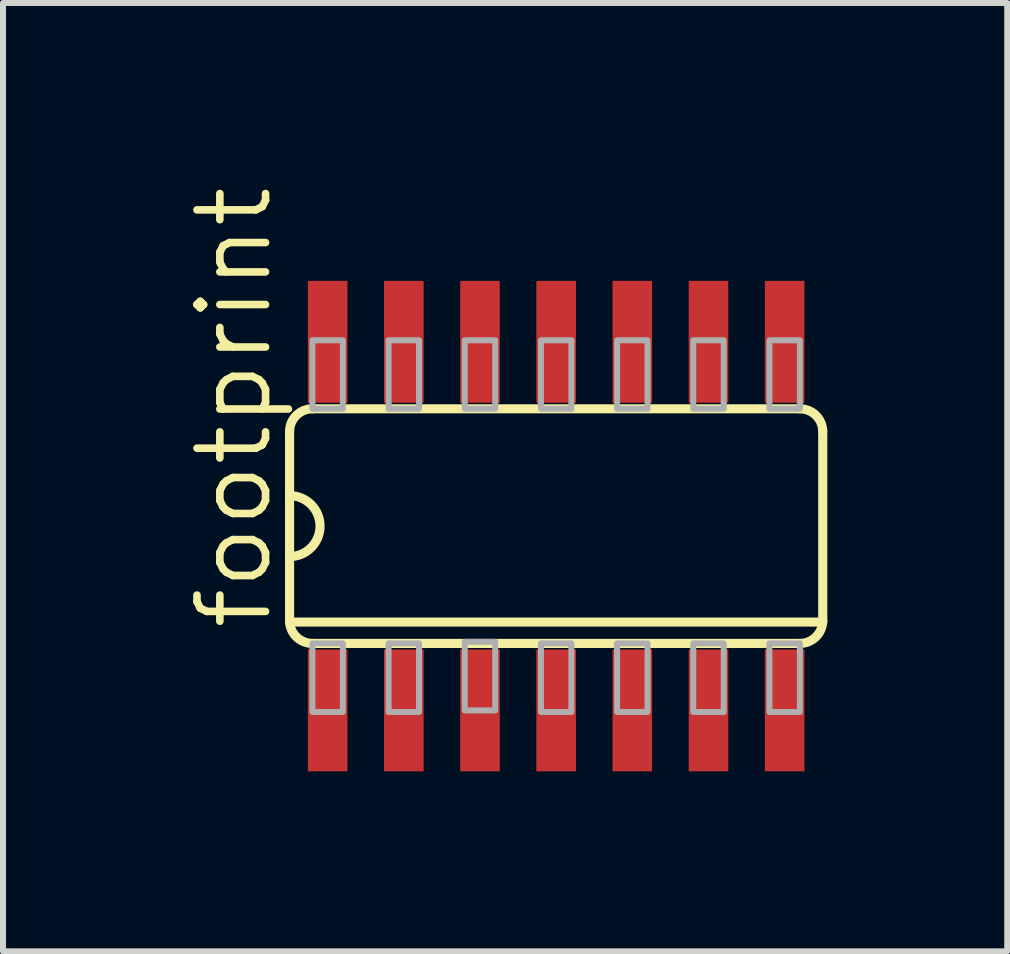
<source format=kicad_pcb>
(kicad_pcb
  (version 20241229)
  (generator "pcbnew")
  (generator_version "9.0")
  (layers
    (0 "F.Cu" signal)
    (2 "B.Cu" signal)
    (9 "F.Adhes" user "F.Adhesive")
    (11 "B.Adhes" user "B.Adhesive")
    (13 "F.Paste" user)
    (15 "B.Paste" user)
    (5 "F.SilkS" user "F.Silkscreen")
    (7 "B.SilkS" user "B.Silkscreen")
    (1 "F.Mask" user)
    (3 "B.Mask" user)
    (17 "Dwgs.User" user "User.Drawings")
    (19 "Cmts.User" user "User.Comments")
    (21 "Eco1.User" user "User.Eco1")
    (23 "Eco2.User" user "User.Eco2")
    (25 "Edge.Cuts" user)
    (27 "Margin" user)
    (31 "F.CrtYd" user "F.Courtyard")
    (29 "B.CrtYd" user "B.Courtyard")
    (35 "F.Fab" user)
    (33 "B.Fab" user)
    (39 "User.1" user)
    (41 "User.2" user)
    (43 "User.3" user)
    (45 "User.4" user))
  (footprint "footprint"
    (layer "F.Cu")
    (at 6.223 5.722)
    (property "Reference" "footprint" (at -4.699 1.778 90) (layer "F.SilkS") (effects (font (size 1.143 1.143) (thickness 0.127)) (justify left bottom)))
    (fp_line (start -4.445 -1.575) (end -4.445 -0.508) (stroke (width 0.152) (type solid)) (layer "F.SilkS"))
    (fp_line (start -4.445 -0.508) (end -4.445 0.508) (stroke (width 0.152) (type solid)) (layer "F.SilkS"))
    (fp_line (start -4.445 0.508) (end -4.445 1.575) (stroke (width 0.152) (type solid)) (layer "F.SilkS"))
    (fp_line (start -4.445 1.6) (end 4.445 1.6) (stroke (width 0.152) (type solid)) (layer "F.SilkS"))
    (fp_line (start -4.064 1.956) (end 4.064 1.956) (stroke (width 0.152) (type solid)) (layer "F.SilkS"))
    (fp_line (start 4.064 -1.956) (end -4.064 -1.956) (stroke (width 0.152) (type solid)) (layer "F.SilkS"))
    (fp_line (start 4.445 1.575) (end 4.445 -1.575) (stroke (width 0.152) (type solid)) (layer "F.SilkS"))
    (fp_arc (start -4.445 -1.5748) (mid -4.333408 -1.844208) (end -4.064 -1.9558) (stroke (width 0.1524) (type solid)) (layer "F.SilkS"))
    (fp_arc (start -4.445 -0.508) (mid -3.937 0) (end -4.445 0.508) (stroke (width 0.1524) (type solid)) (layer "F.SilkS"))
    (fp_arc (start -4.064 1.9558) (mid -4.333408 1.844208) (end -4.445 1.5748) (stroke (width 0.1524) (type solid)) (layer "F.SilkS"))
    (fp_arc (start 4.064 -1.9558) (mid 4.333408 -1.844208) (end 4.445 -1.5748) (stroke (width 0.1524) (type solid)) (layer "F.SilkS"))
    (fp_arc (start 4.445 1.5748) (mid 4.333408 1.844208) (end 4.064 1.9558) (stroke (width 0.1524) (type solid)) (layer "F.SilkS"))
    (fp_poly (pts (xy -4.064 -1.956) (xy -3.556 -1.956) (xy -3.556 -3.099) (xy -4.064 -3.099)) (stroke (width 0.1) (type solid)) (fill no) (layer "F.Fab"))
    (fp_poly (pts (xy -4.064 3.099) (xy -3.556 3.099) (xy -3.556 1.956) (xy -4.064 1.956)) (stroke (width 0.1) (type solid)) (fill no) (layer "F.Fab"))
    (fp_poly (pts (xy -2.794 -1.956) (xy -2.286 -1.956) (xy -2.286 -3.099) (xy -2.794 -3.099)) (stroke (width 0.1) (type solid)) (fill no) (layer "F.Fab"))
    (fp_poly (pts (xy -2.794 3.099) (xy -2.286 3.099) (xy -2.286 1.956) (xy -2.794 1.956)) (stroke (width 0.1) (type solid)) (fill no) (layer "F.Fab"))
    (fp_poly (pts (xy -1.524 -1.956) (xy -1.016 -1.956) (xy -1.016 -3.099) (xy -1.524 -3.099)) (stroke (width 0.1) (type solid)) (fill no) (layer "F.Fab"))
    (fp_poly (pts (xy -1.524 3.073) (xy -1.016 3.073) (xy -1.016 1.93) (xy -1.524 1.93)) (stroke (width 0.1) (type solid)) (fill no) (layer "F.Fab"))
    (fp_poly (pts (xy -0.254 -1.956) (xy 0.254 -1.956) (xy 0.254 -3.099) (xy -0.254 -3.099)) (stroke (width 0.1) (type solid)) (fill no) (layer "F.Fab"))
    (fp_poly (pts (xy -0.254 3.099) (xy 0.254 3.099) (xy 0.254 1.956) (xy -0.254 1.956)) (stroke (width 0.1) (type solid)) (fill no) (layer "F.Fab"))
    (fp_poly (pts (xy 1.016 -1.956) (xy 1.524 -1.956) (xy 1.524 -3.099) (xy 1.016 -3.099)) (stroke (width 0.1) (type solid)) (fill no) (layer "F.Fab"))
    (fp_poly (pts (xy 1.016 3.099) (xy 1.524 3.099) (xy 1.524 1.956) (xy 1.016 1.956)) (stroke (width 0.1) (type solid)) (fill no) (layer "F.Fab"))
    (fp_poly (pts (xy 2.286 -1.956) (xy 2.794 -1.956) (xy 2.794 -3.099) (xy 2.286 -3.099)) (stroke (width 0.1) (type solid)) (fill no) (layer "F.Fab"))
    (fp_poly (pts (xy 2.286 3.099) (xy 2.794 3.099) (xy 2.794 1.956) (xy 2.286 1.956)) (stroke (width 0.1) (type solid)) (fill no) (layer "F.Fab"))
    (fp_poly (pts (xy 3.556 -1.956) (xy 4.064 -1.956) (xy 4.064 -3.099) (xy 3.556 -3.099)) (stroke (width 0.1) (type solid)) (fill no) (layer "F.Fab"))
    (fp_poly (pts (xy 3.556 3.099) (xy 4.064 3.099) (xy 4.064 1.956) (xy 3.556 1.956)) (stroke (width 0.1) (type solid)) (fill no) (layer "F.Fab"))
    (pad "1" smd rect (at -3.81 3.073) (size 0.66 2.032) (layers "F.Cu" "F.Mask" "F.Paste"))
    (pad "2" smd rect (at -2.54 3.073) (size 0.66 2.032) (layers "F.Cu" "F.Mask" "F.Paste"))
    (pad "3" smd rect (at -1.27 3.073) (size 0.66 2.032) (layers "F.Cu" "F.Mask" "F.Paste"))
    (pad "4" smd rect (at 0 3.073) (size 0.66 2.032) (layers "F.Cu" "F.Mask" "F.Paste"))
    (pad "5" smd rect (at 1.27 3.073) (size 0.66 2.032) (layers "F.Cu" "F.Mask" "F.Paste"))
    (pad "6" smd rect (at 2.54 3.073) (size 0.66 2.032) (layers "F.Cu" "F.Mask" "F.Paste"))
    (pad "7" smd rect (at 3.81 3.073) (size 0.66 2.032) (layers "F.Cu" "F.Mask" "F.Paste"))
    (pad "8" smd rect (at 3.81 -3.073) (size 0.66 2.032) (layers "F.Cu" "F.Mask" "F.Paste"))
    (pad "9" smd rect (at 2.54 -3.073) (size 0.66 2.032) (layers "F.Cu" "F.Mask" "F.Paste"))
    (pad "10" smd rect (at 1.27 -3.073) (size 0.66 2.032) (layers "F.Cu" "F.Mask" "F.Paste"))
    (pad "11" smd rect (at 0 -3.073) (size 0.66 2.032) (layers "F.Cu" "F.Mask" "F.Paste"))
    (pad "12" smd rect (at -1.27 -3.073) (size 0.66 2.032) (layers "F.Cu" "F.Mask" "F.Paste"))
    (pad "13" smd rect (at -2.54 -3.073) (size 0.66 2.032) (layers "F.Cu" "F.Mask" "F.Paste"))
    (pad "14" smd rect (at -3.81 -3.073) (size 0.66 2.032) (layers "F.Cu" "F.Mask" "F.Paste")))
  (gr_rect
    (start -3 -3)
    (end 13.744 12.812)
    (stroke (width 0.1) (type default))
    (fill no)
    (layer "Edge.Cuts")))
</source>
